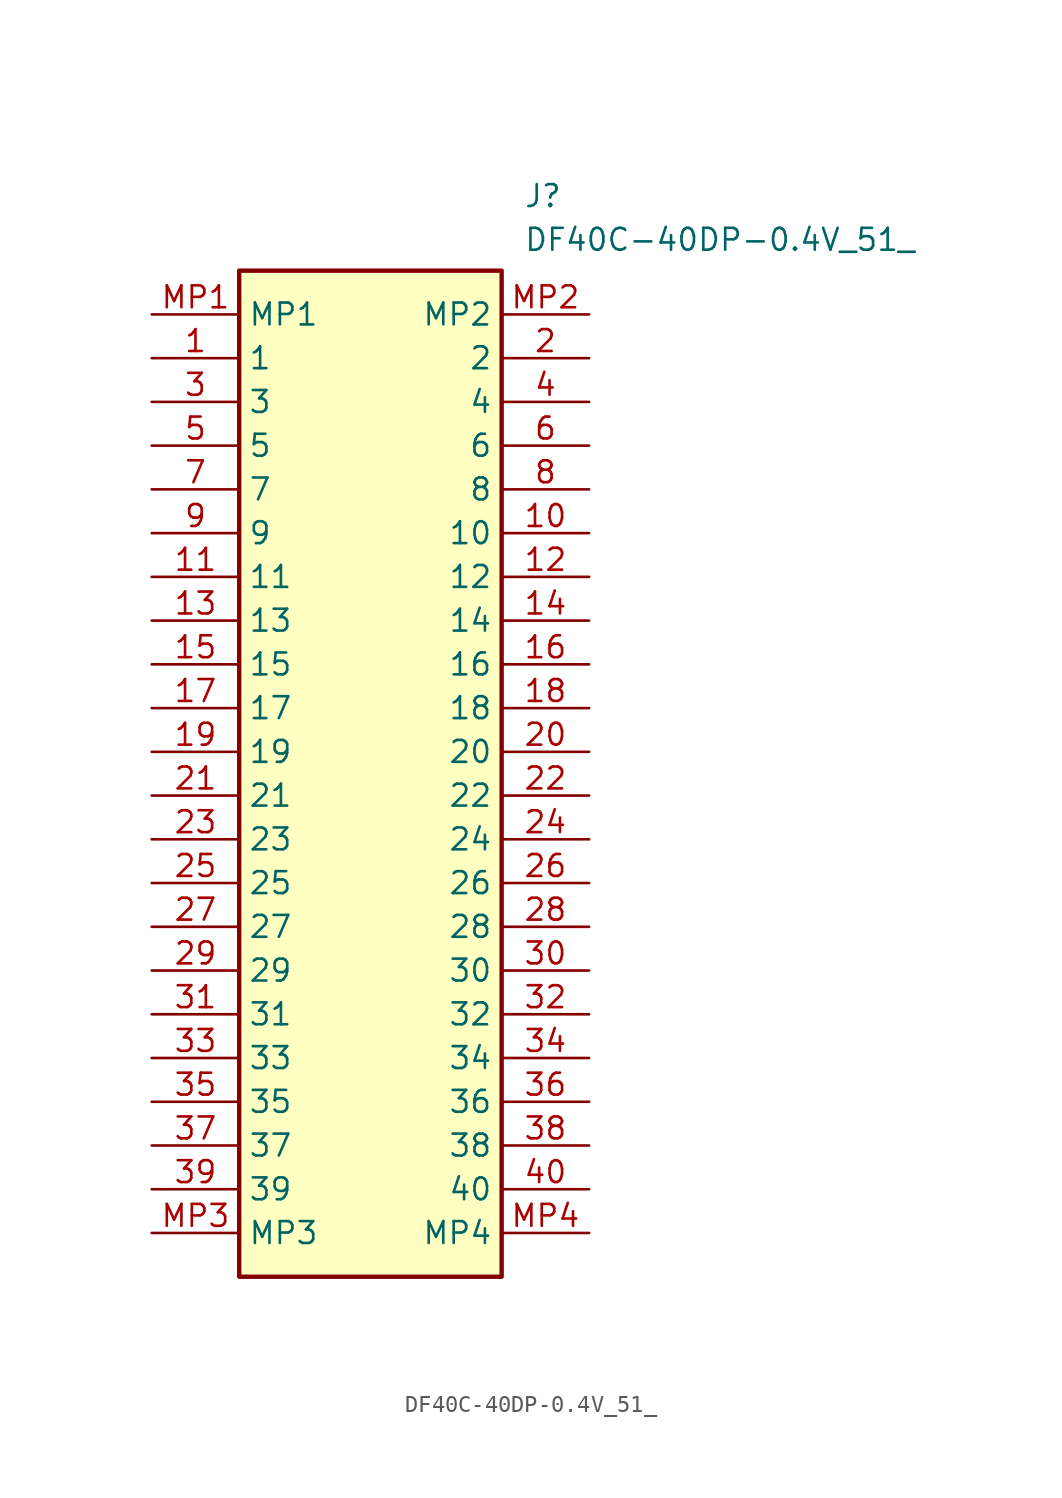
<source format=kicad_sym>
(kicad_symbol_lib
  (version 20211014)
  (generator SamacSys_ECAD_Model)
  (symbol "DF40C-40DP-0.4V_51_"
    (property "Reference" "J"
      (at 21.59 7.62 0)
      (effects (font (size 1.27 1.27)) (justify left top)))
    (property "Value" "DF40C-40DP-0.4V_51_"
      (at 21.59 5.08 0)
      (effects (font (size 1.27 1.27)) (justify left top)))
    (rectangle
      (start 5.08 2.54)
      (end 20.32 -55.88)
      (stroke (width 0.254) (type default))
      (fill (type background)))
    (pin passive line
      (at 0 -2.54 0)
      (length 5.08)
      (name "1" (effects (font (size 1.27 1.27))))
      (number "1" (effects (font (size 1.27 1.27)))))
    (pin passive line
      (at 25.4 -2.54 180)
      (length 5.08)
      (name "2" (effects (font (size 1.27 1.27))))
      (number "2" (effects (font (size 1.27 1.27)))))
    (pin passive line
      (at 0 -5.08 0)
      (length 5.08)
      (name "3" (effects (font (size 1.27 1.27))))
      (number "3" (effects (font (size 1.27 1.27)))))
    (pin passive line
      (at 25.4 -5.08 180)
      (length 5.08)
      (name "4" (effects (font (size 1.27 1.27))))
      (number "4" (effects (font (size 1.27 1.27)))))
    (pin passive line
      (at 0 -7.62 0)
      (length 5.08)
      (name "5" (effects (font (size 1.27 1.27))))
      (number "5" (effects (font (size 1.27 1.27)))))
    (pin passive line
      (at 25.4 -7.62 180)
      (length 5.08)
      (name "6" (effects (font (size 1.27 1.27))))
      (number "6" (effects (font (size 1.27 1.27)))))
    (pin passive line
      (at 0 -10.16 0)
      (length 5.08)
      (name "7" (effects (font (size 1.27 1.27))))
      (number "7" (effects (font (size 1.27 1.27)))))
    (pin passive line
      (at 25.4 -10.16 180)
      (length 5.08)
      (name "8" (effects (font (size 1.27 1.27))))
      (number "8" (effects (font (size 1.27 1.27)))))
    (pin passive line
      (at 0 -12.7 0)
      (length 5.08)
      (name "9" (effects (font (size 1.27 1.27))))
      (number "9" (effects (font (size 1.27 1.27)))))
    (pin passive line
      (at 25.4 -12.7 180)
      (length 5.08)
      (name "10" (effects (font (size 1.27 1.27))))
      (number "10" (effects (font (size 1.27 1.27)))))
    (pin passive line
      (at 0 -15.24 0)
      (length 5.08)
      (name "11" (effects (font (size 1.27 1.27))))
      (number "11" (effects (font (size 1.27 1.27)))))
    (pin passive line
      (at 25.4 -15.24 180)
      (length 5.08)
      (name "12" (effects (font (size 1.27 1.27))))
      (number "12" (effects (font (size 1.27 1.27)))))
    (pin passive line
      (at 0 -17.78 0)
      (length 5.08)
      (name "13" (effects (font (size 1.27 1.27))))
      (number "13" (effects (font (size 1.27 1.27)))))
    (pin passive line
      (at 25.4 -17.78 180)
      (length 5.08)
      (name "14" (effects (font (size 1.27 1.27))))
      (number "14" (effects (font (size 1.27 1.27)))))
    (pin passive line
      (at 0 -20.32 0)
      (length 5.08)
      (name "15" (effects (font (size 1.27 1.27))))
      (number "15" (effects (font (size 1.27 1.27)))))
    (pin passive line
      (at 25.4 -20.32 180)
      (length 5.08)
      (name "16" (effects (font (size 1.27 1.27))))
      (number "16" (effects (font (size 1.27 1.27)))))
    (pin passive line
      (at 0 -22.86 0)
      (length 5.08)
      (name "17" (effects (font (size 1.27 1.27))))
      (number "17" (effects (font (size 1.27 1.27)))))
    (pin passive line
      (at 25.4 -22.86 180)
      (length 5.08)
      (name "18" (effects (font (size 1.27 1.27))))
      (number "18" (effects (font (size 1.27 1.27)))))
    (pin passive line
      (at 0 -25.4 0)
      (length 5.08)
      (name "19" (effects (font (size 1.27 1.27))))
      (number "19" (effects (font (size 1.27 1.27)))))
    (pin passive line
      (at 25.4 -25.4 180)
      (length 5.08)
      (name "20" (effects (font (size 1.27 1.27))))
      (number "20" (effects (font (size 1.27 1.27)))))
    (pin passive line
      (at 0 -27.94 0)
      (length 5.08)
      (name "21" (effects (font (size 1.27 1.27))))
      (number "21" (effects (font (size 1.27 1.27)))))
    (pin passive line
      (at 25.4 -27.94 180)
      (length 5.08)
      (name "22" (effects (font (size 1.27 1.27))))
      (number "22" (effects (font (size 1.27 1.27)))))
    (pin passive line
      (at 0 -30.48 0)
      (length 5.08)
      (name "23" (effects (font (size 1.27 1.27))))
      (number "23" (effects (font (size 1.27 1.27)))))
    (pin passive line
      (at 25.4 -30.48 180)
      (length 5.08)
      (name "24" (effects (font (size 1.27 1.27))))
      (number "24" (effects (font (size 1.27 1.27)))))
    (pin passive line
      (at 0 -33.02 0)
      (length 5.08)
      (name "25" (effects (font (size 1.27 1.27))))
      (number "25" (effects (font (size 1.27 1.27)))))
    (pin passive line
      (at 25.4 -33.02 180)
      (length 5.08)
      (name "26" (effects (font (size 1.27 1.27))))
      (number "26" (effects (font (size 1.27 1.27)))))
    (pin passive line
      (at 0 -35.56 0)
      (length 5.08)
      (name "27" (effects (font (size 1.27 1.27))))
      (number "27" (effects (font (size 1.27 1.27)))))
    (pin passive line
      (at 25.4 -35.56 180)
      (length 5.08)
      (name "28" (effects (font (size 1.27 1.27))))
      (number "28" (effects (font (size 1.27 1.27)))))
    (pin passive line
      (at 0 -38.1 0)
      (length 5.08)
      (name "29" (effects (font (size 1.27 1.27))))
      (number "29" (effects (font (size 1.27 1.27)))))
    (pin passive line
      (at 25.4 -38.1 180)
      (length 5.08)
      (name "30" (effects (font (size 1.27 1.27))))
      (number "30" (effects (font (size 1.27 1.27)))))
    (pin passive line
      (at 0 -40.64 0)
      (length 5.08)
      (name "31" (effects (font (size 1.27 1.27))))
      (number "31" (effects (font (size 1.27 1.27)))))
    (pin passive line
      (at 25.4 -40.64 180)
      (length 5.08)
      (name "32" (effects (font (size 1.27 1.27))))
      (number "32" (effects (font (size 1.27 1.27)))))
    (pin passive line
      (at 0 -43.18 0)
      (length 5.08)
      (name "33" (effects (font (size 1.27 1.27))))
      (number "33" (effects (font (size 1.27 1.27)))))
    (pin passive line
      (at 25.4 -43.18 180)
      (length 5.08)
      (name "34" (effects (font (size 1.27 1.27))))
      (number "34" (effects (font (size 1.27 1.27)))))
    (pin passive line
      (at 0 -45.72 0)
      (length 5.08)
      (name "35" (effects (font (size 1.27 1.27))))
      (number "35" (effects (font (size 1.27 1.27)))))
    (pin passive line
      (at 25.4 -45.72 180)
      (length 5.08)
      (name "36" (effects (font (size 1.27 1.27))))
      (number "36" (effects (font (size 1.27 1.27)))))
    (pin passive line
      (at 0 -48.26 0)
      (length 5.08)
      (name "37" (effects (font (size 1.27 1.27))))
      (number "37" (effects (font (size 1.27 1.27)))))
    (pin passive line
      (at 25.4 -48.26 180)
      (length 5.08)
      (name "38" (effects (font (size 1.27 1.27))))
      (number "38" (effects (font (size 1.27 1.27)))))
    (pin passive line
      (at 0 -50.8 0)
      (length 5.08)
      (name "39" (effects (font (size 1.27 1.27))))
      (number "39" (effects (font (size 1.27 1.27)))))
    (pin passive line
      (at 25.4 -50.8 180)
      (length 5.08)
      (name "40" (effects (font (size 1.27 1.27))))
      (number "40" (effects (font (size 1.27 1.27)))))
    (pin passive line
      (at 0 0 0)
      (length 5.08)
      (name "MP1" (effects (font (size 1.27 1.27))))
      (number "MP1" (effects (font (size 1.27 1.27)))))
    (pin passive line
      (at 25.4 0 180)
      (length 5.08)
      (name "MP2" (effects (font (size 1.27 1.27))))
      (number "MP2" (effects (font (size 1.27 1.27)))))
    (pin passive line
      (at 0 -53.34 0)
      (length 5.08)
      (name "MP3" (effects (font (size 1.27 1.27))))
      (number "MP3" (effects (font (size 1.27 1.27)))))
    (pin passive line
      (at 25.4 -53.34 180)
      (length 5.08)
      (name "MP4" (effects (font (size 1.27 1.27))))
      (number "MP4" (effects (font (size 1.27 1.27)))))))
</source>
